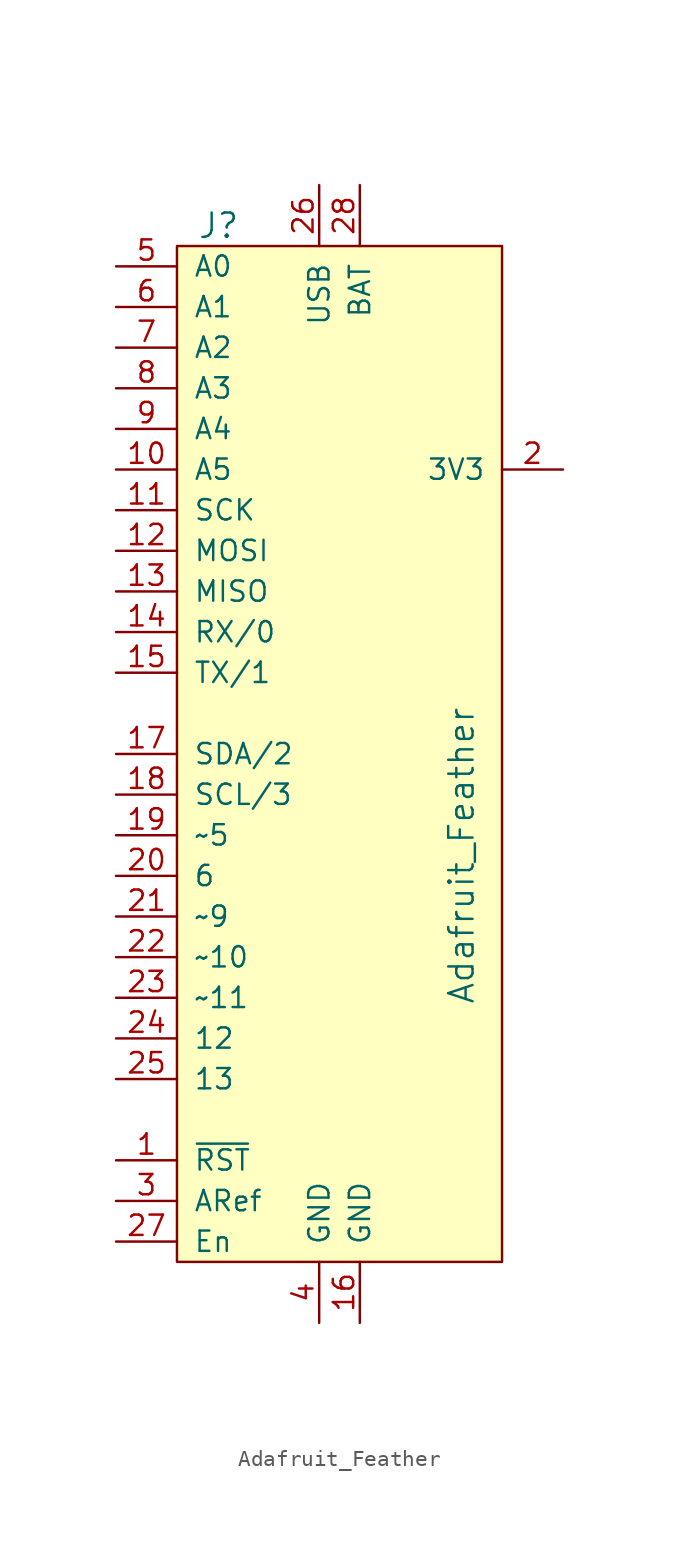
<source format=kicad_sym>
(kicad_symbol_lib
  (version 20211014)
  (generator kicad_symbol_editor)
  (symbol "Adafruit_Feather"
    (pin_names
      (offset 1.016))
    (property "Reference" "J"
      (at -10.16 35.56 0)
      (effects (font (size 1.524 1.524)) (justify left)))
    (property "Value" "Adafruit_Feather"
      (at 6.35 -3.81 90)
      (effects (font (size 1.524 1.524))))
    (symbol "Adafruit_Feather_0_1"
      (rectangle (start -11.43 34.29) (end 8.89 -29.21) (stroke (width 0) (type default) (color 0 0 0 0)) (fill (type background))))
    (symbol "Adafruit_Feather_1_1"
      (pin input line (at -15.24 -22.86 0) (length 3.81) (name "~{RST}" (effects (font (size 1.27 1.27)))) (number "1" (effects (font (size 1.27 1.27)))))
      (pin bidirectional line (at -15.24 20.32 0) (length 3.81) (name "A5" (effects (font (size 1.27 1.27)))) (number "10" (effects (font (size 1.27 1.27)))))
      (pin bidirectional line (at -15.24 17.78 0) (length 3.81) (name "SCK" (effects (font (size 1.27 1.27)))) (number "11" (effects (font (size 1.27 1.27)))))
      (pin bidirectional line (at -15.24 15.24 0) (length 3.81) (name "MOSI" (effects (font (size 1.27 1.27)))) (number "12" (effects (font (size 1.27 1.27)))))
      (pin bidirectional line (at -15.24 12.7 0) (length 3.81) (name "MISO" (effects (font (size 1.27 1.27)))) (number "13" (effects (font (size 1.27 1.27)))))
      (pin bidirectional line (at -15.24 10.16 0) (length 3.81) (name "RX/0" (effects (font (size 1.27 1.27)))) (number "14" (effects (font (size 1.27 1.27)))))
      (pin bidirectional line (at -15.24 7.62 0) (length 3.81) (name "TX/1" (effects (font (size 1.27 1.27)))) (number "15" (effects (font (size 1.27 1.27)))))
      (pin power_in line (at 0 -33.02 90) (length 3.81) (name "GND" (effects (font (size 1.27 1.27)))) (number "16" (effects (font (size 1.27 1.27)))))
      (pin bidirectional line (at -15.24 2.54 0) (length 3.81) (name "SDA/2" (effects (font (size 1.27 1.27)))) (number "17" (effects (font (size 1.27 1.27)))))
      (pin bidirectional line (at -15.24 0 0) (length 3.81) (name "SCL/3" (effects (font (size 1.27 1.27)))) (number "18" (effects (font (size 1.27 1.27)))))
      (pin bidirectional line (at -15.24 -2.54 0) (length 3.81) (name "~5" (effects (font (size 1.27 1.27)))) (number "19" (effects (font (size 1.27 1.27)))))
      (pin power_out line (at 12.7 20.32 180) (length 3.81) (name "3V3" (effects (font (size 1.27 1.27)))) (number "2" (effects (font (size 1.27 1.27)))))
      (pin bidirectional line (at -15.24 -5.08 0) (length 3.81) (name "6" (effects (font (size 1.27 1.27)))) (number "20" (effects (font (size 1.27 1.27)))))
      (pin bidirectional line (at -15.24 -7.62 0) (length 3.81) (name "~9" (effects (font (size 1.27 1.27)))) (number "21" (effects (font (size 1.27 1.27)))))
      (pin bidirectional line (at -15.24 -10.16 0) (length 3.81) (name "~10" (effects (font (size 1.27 1.27)))) (number "22" (effects (font (size 1.27 1.27)))))
      (pin bidirectional line (at -15.24 -12.7 0) (length 3.81) (name "~11" (effects (font (size 1.27 1.27)))) (number "23" (effects (font (size 1.27 1.27)))))
      (pin bidirectional line (at -15.24 -15.24 0) (length 3.81) (name "12" (effects (font (size 1.27 1.27)))) (number "24" (effects (font (size 1.27 1.27)))))
      (pin bidirectional line (at -15.24 -17.78 0) (length 3.81) (name "13" (effects (font (size 1.27 1.27)))) (number "25" (effects (font (size 1.27 1.27)))))
      (pin power_in line (at -2.54 38.1 270) (length 3.81) (name "USB" (effects (font (size 1.27 1.27)))) (number "26" (effects (font (size 1.27 1.27)))))
      (pin input line (at -15.24 -27.94 0) (length 3.81) (name "En" (effects (font (size 1.27 1.27)))) (number "27" (effects (font (size 1.27 1.27)))))
      (pin power_in line (at 0 38.1 270) (length 3.81) (name "BAT" (effects (font (size 1.27 1.27)))) (number "28" (effects (font (size 1.27 1.27)))))
      (pin input line (at -15.24 -25.4 0) (length 3.81) (name "ARef" (effects (font (size 1.27 1.27)))) (number "3" (effects (font (size 1.27 1.27)))))
      (pin power_in line (at -2.54 -33.02 90) (length 3.81) (name "GND" (effects (font (size 1.27 1.27)))) (number "4" (effects (font (size 1.27 1.27)))))
      (pin bidirectional line (at -15.24 33.02 0) (length 3.81) (name "A0" (effects (font (size 1.27 1.27)))) (number "5" (effects (font (size 1.27 1.27)))))
      (pin bidirectional line (at -15.24 30.48 0) (length 3.81) (name "A1" (effects (font (size 1.27 1.27)))) (number "6" (effects (font (size 1.27 1.27)))))
      (pin bidirectional line (at -15.24 27.94 0) (length 3.81) (name "A2" (effects (font (size 1.27 1.27)))) (number "7" (effects (font (size 1.27 1.27)))))
      (pin bidirectional line (at -15.24 25.4 0) (length 3.81) (name "A3" (effects (font (size 1.27 1.27)))) (number "8" (effects (font (size 1.27 1.27)))))
      (pin bidirectional line (at -15.24 22.86 0) (length 3.81) (name "A4" (effects (font (size 1.27 1.27)))) (number "9" (effects (font (size 1.27 1.27))))))))
</source>
